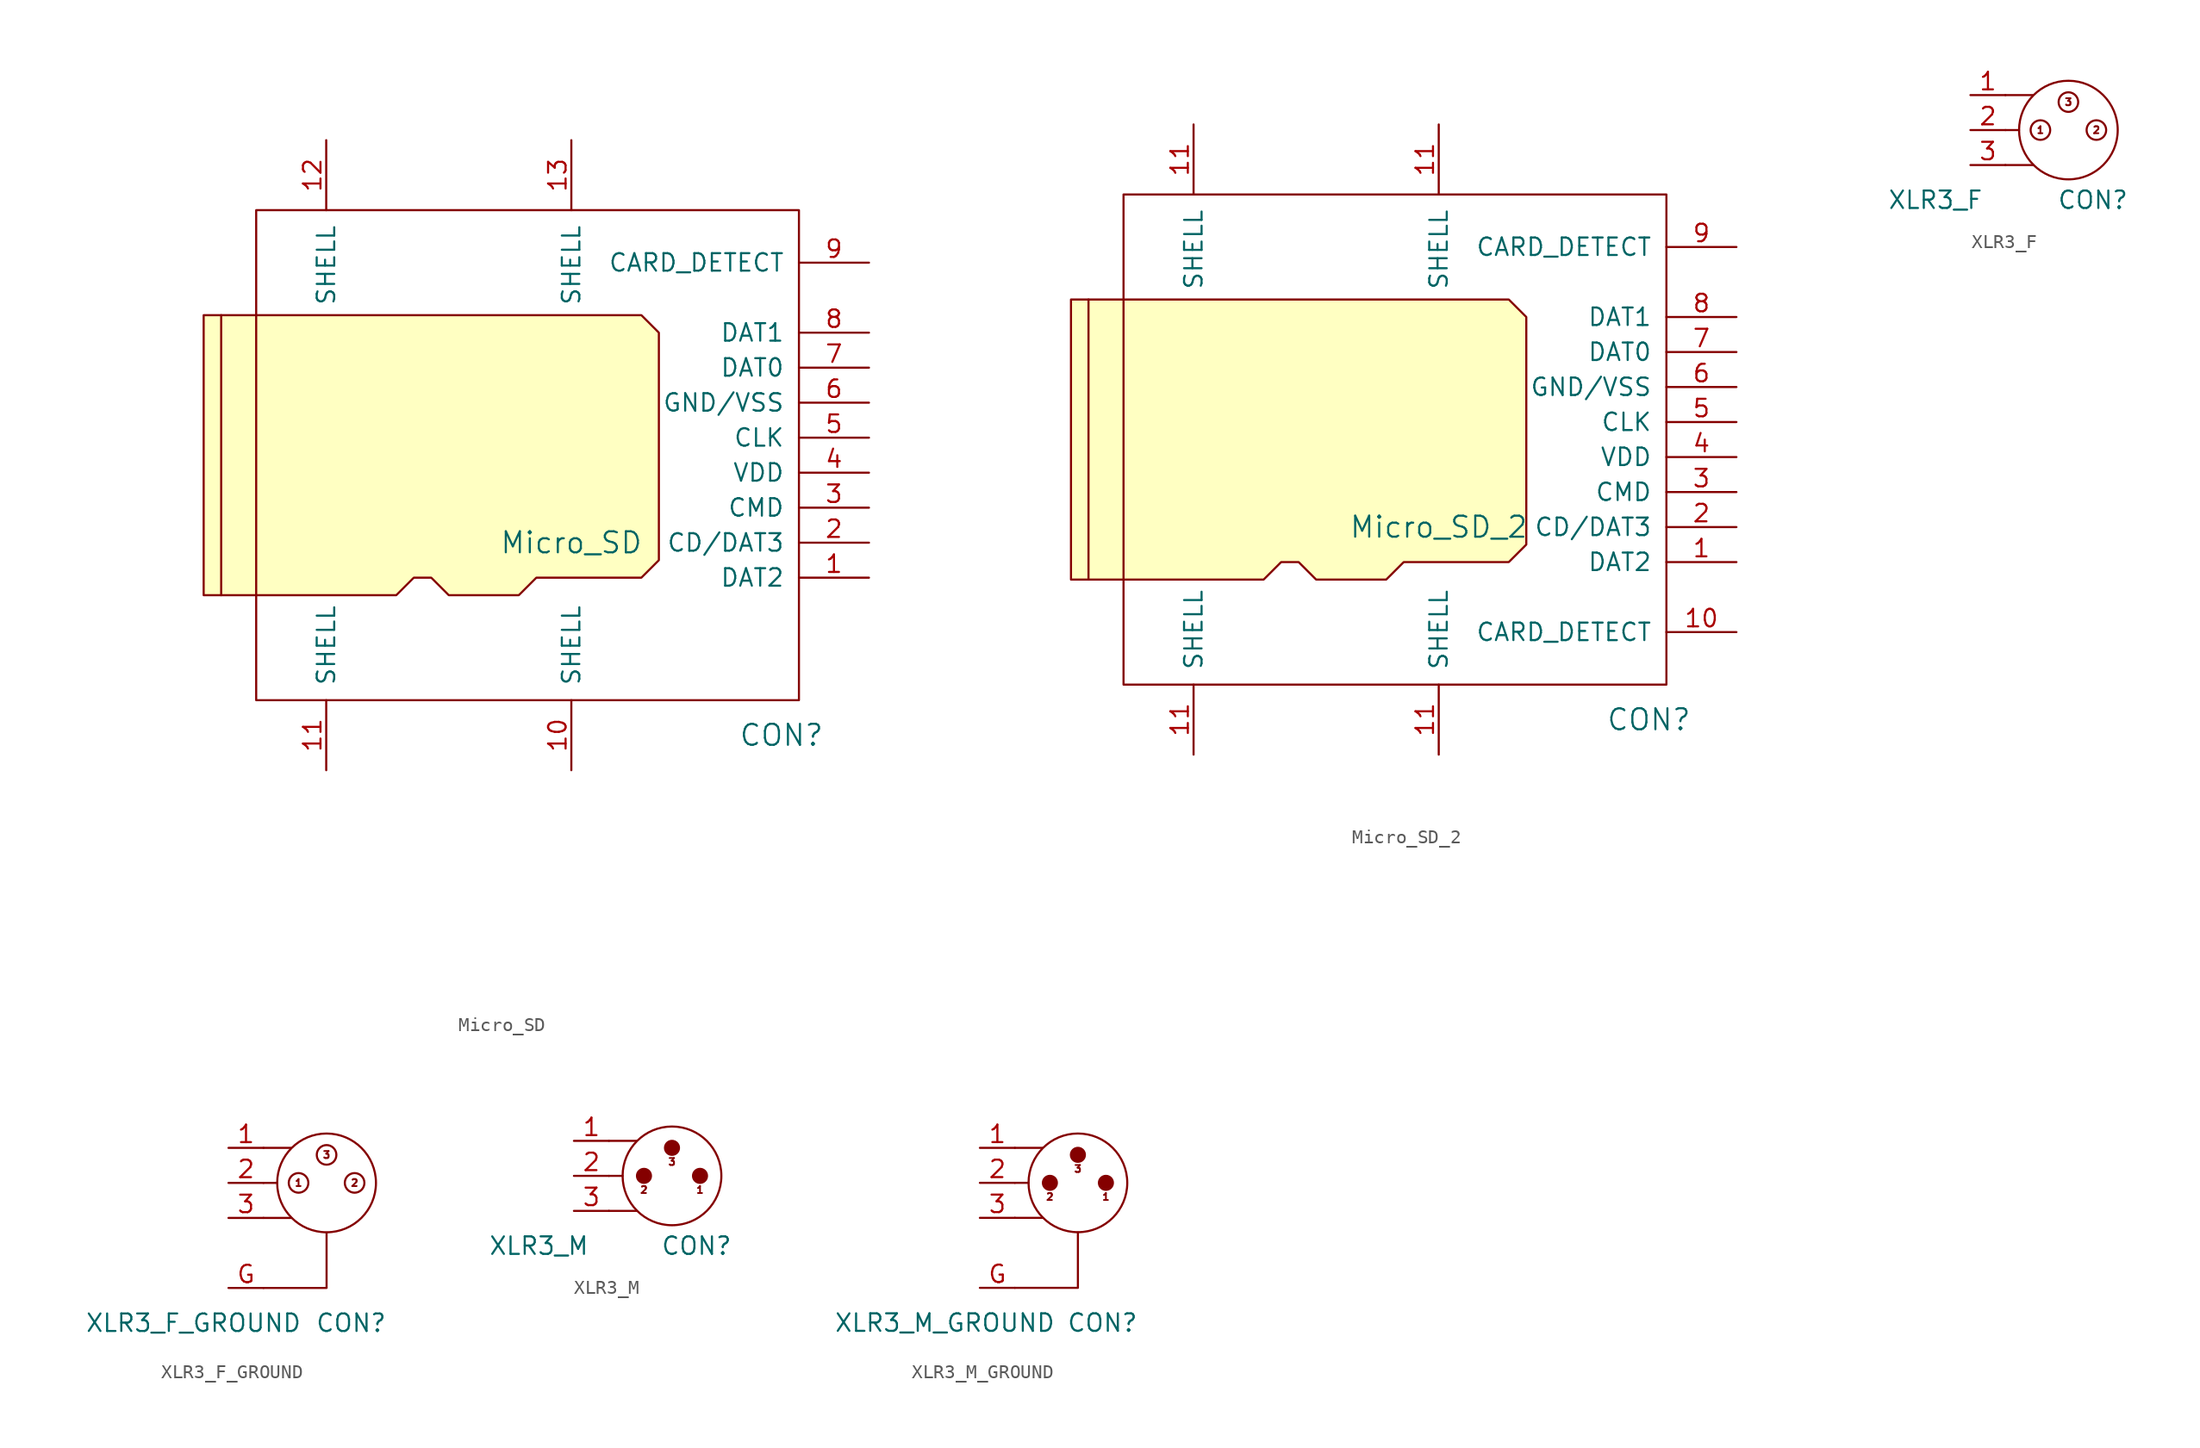
<source format=kicad_sym>
(kicad_symbol_lib
  (version 20211014)
  (generator kicad_symbol_editor)
  (symbol "Micro_SD"
    (pin_names
      (offset 1.016))
    (property "Reference" "CON"
      (at 46.99 13.97 0)
      (effects (font (size 1.524 1.524))))
    (property "Value" "Micro_SD"
      (at 31.75 27.94 0)
      (effects (font (size 1.524 1.524))))
    (property "Footprint" ""
      (at 0 0 0)
      (effects (font (size 1.524 1.524))))
    (property "Datasheet" ""
      (at 0 0 0)
      (effects (font (size 1.524 1.524))))
    (symbol "Micro_SD_0_1"
      (polyline (pts (xy 6.35 44.45) (xy 6.35 24.13)) (stroke (width 0) (type default) (color 0 0 0 0)) (fill (type none)))
      (polyline (pts (xy 5.08 44.45) (xy 36.83 44.45) (xy 38.1 43.18) (xy 38.1 26.67) (xy 36.83 25.4) (xy 29.21 25.4) (xy 27.94 24.13) (xy 22.86 24.13) (xy 21.59 25.4) (xy 20.32 25.4) (xy 19.05 24.13) (xy 5.08 24.13) (xy 5.08 44.45)) (stroke (width 0) (type default) (color 0 0 0 0)) (fill (type background)))
      (rectangle (start 48.26 52.07) (end 8.89 16.51) (stroke (width 0) (type default) (color 0 0 0 0)) (fill (type none))))
    (symbol "Micro_SD_1_1"
      (pin input line (at 53.34 25.4 180) (length 5.08) (name "DAT2" (effects (font (size 1.27 1.27)))) (number "1" (effects (font (size 1.27 1.27)))))
      (pin input line (at 31.75 11.43 90) (length 5.08) (name "SHELL" (effects (font (size 1.27 1.27)))) (number "10" (effects (font (size 1.27 1.27)))))
      (pin input line (at 13.97 11.43 90) (length 5.08) (name "SHELL" (effects (font (size 1.27 1.27)))) (number "11" (effects (font (size 1.27 1.27)))))
      (pin input line (at 13.97 57.15 270) (length 5.08) (name "SHELL" (effects (font (size 1.27 1.27)))) (number "12" (effects (font (size 1.27 1.27)))))
      (pin input line (at 31.75 57.15 270) (length 5.08) (name "SHELL" (effects (font (size 1.27 1.27)))) (number "13" (effects (font (size 1.27 1.27)))))
      (pin input line (at 53.34 27.94 180) (length 5.08) (name "CD/DAT3" (effects (font (size 1.27 1.27)))) (number "2" (effects (font (size 1.27 1.27)))))
      (pin input line (at 53.34 30.48 180) (length 5.08) (name "CMD" (effects (font (size 1.27 1.27)))) (number "3" (effects (font (size 1.27 1.27)))))
      (pin input line (at 53.34 33.02 180) (length 5.08) (name "VDD" (effects (font (size 1.27 1.27)))) (number "4" (effects (font (size 1.27 1.27)))))
      (pin input line (at 53.34 35.56 180) (length 5.08) (name "CLK" (effects (font (size 1.27 1.27)))) (number "5" (effects (font (size 1.27 1.27)))))
      (pin input line (at 53.34 38.1 180) (length 5.08) (name "GND/VSS" (effects (font (size 1.27 1.27)))) (number "6" (effects (font (size 1.27 1.27)))))
      (pin input line (at 53.34 40.64 180) (length 5.08) (name "DAT0" (effects (font (size 1.27 1.27)))) (number "7" (effects (font (size 1.27 1.27)))))
      (pin input line (at 53.34 43.18 180) (length 5.08) (name "DAT1" (effects (font (size 1.27 1.27)))) (number "8" (effects (font (size 1.27 1.27)))))
      (pin input line (at 53.34 48.26 180) (length 5.08) (name "CARD_DETECT" (effects (font (size 1.27 1.27)))) (number "9" (effects (font (size 1.27 1.27)))))))
  (symbol "Micro_SD_2"
    (pin_names
      (offset 1.016))
    (property "Reference" "CON"
      (at 38.1 -2.54 0)
      (effects (font (size 1.524 1.524))))
    (property "Value" "Micro_SD_2"
      (at 22.86 11.43 0)
      (effects (font (size 1.524 1.524))))
    (property "Footprint" ""
      (at 0 0 0)
      (effects (font (size 1.524 1.524))))
    (property "Datasheet" ""
      (at 0 0 0)
      (effects (font (size 1.524 1.524))))
    (symbol "Micro_SD_2_0_1"
      (polyline (pts (xy -2.54 27.94) (xy -2.54 7.62)) (stroke (width 0) (type default) (color 0 0 0 0)) (fill (type none)))
      (polyline (pts (xy -3.81 27.94) (xy 27.94 27.94) (xy 29.21 26.67) (xy 29.21 10.16) (xy 27.94 8.89) (xy 20.32 8.89) (xy 19.05 7.62) (xy 13.97 7.62) (xy 12.7 8.89) (xy 11.43 8.89) (xy 10.16 7.62) (xy -3.81 7.62) (xy -3.81 27.94)) (stroke (width 0) (type default) (color 0 0 0 0)) (fill (type background)))
      (rectangle (start 39.37 35.56) (end 0 0) (stroke (width 0) (type default) (color 0 0 0 0)) (fill (type none))))
    (symbol "Micro_SD_2_1_1"
      (pin input line (at 44.45 8.89 180) (length 5.08) (name "DAT2" (effects (font (size 1.27 1.27)))) (number "1" (effects (font (size 1.27 1.27)))))
      (pin input line (at 44.45 3.81 180) (length 5.08) (name "CARD_DETECT" (effects (font (size 1.27 1.27)))) (number "10" (effects (font (size 1.27 1.27)))))
      (pin input line (at 5.08 -5.08 90) (length 5.08) (name "SHELL" (effects (font (size 1.27 1.27)))) (number "11" (effects (font (size 1.27 1.27)))))
      (pin input line (at 5.08 40.64 270) (length 5.08) (name "SHELL" (effects (font (size 1.27 1.27)))) (number "11" (effects (font (size 1.27 1.27)))))
      (pin input line (at 22.86 -5.08 90) (length 5.08) (name "SHELL" (effects (font (size 1.27 1.27)))) (number "11" (effects (font (size 1.27 1.27)))))
      (pin input line (at 22.86 40.64 270) (length 5.08) (name "SHELL" (effects (font (size 1.27 1.27)))) (number "11" (effects (font (size 1.27 1.27)))))
      (pin input line (at 44.45 11.43 180) (length 5.08) (name "CD/DAT3" (effects (font (size 1.27 1.27)))) (number "2" (effects (font (size 1.27 1.27)))))
      (pin input line (at 44.45 13.97 180) (length 5.08) (name "CMD" (effects (font (size 1.27 1.27)))) (number "3" (effects (font (size 1.27 1.27)))))
      (pin input line (at 44.45 16.51 180) (length 5.08) (name "VDD" (effects (font (size 1.27 1.27)))) (number "4" (effects (font (size 1.27 1.27)))))
      (pin input line (at 44.45 19.05 180) (length 5.08) (name "CLK" (effects (font (size 1.27 1.27)))) (number "5" (effects (font (size 1.27 1.27)))))
      (pin input line (at 44.45 21.59 180) (length 5.08) (name "GND/VSS" (effects (font (size 1.27 1.27)))) (number "6" (effects (font (size 1.27 1.27)))))
      (pin input line (at 44.45 24.13 180) (length 5.08) (name "DAT0" (effects (font (size 1.27 1.27)))) (number "7" (effects (font (size 1.27 1.27)))))
      (pin input line (at 44.45 26.67 180) (length 5.08) (name "DAT1" (effects (font (size 1.27 1.27)))) (number "8" (effects (font (size 1.27 1.27)))))
      (pin input line (at 44.45 31.75 180) (length 5.08) (name "CARD_DETECT" (effects (font (size 1.27 1.27)))) (number "9" (effects (font (size 1.27 1.27)))))))
  (symbol "XLR3_F"
    (pin_names
      (offset 1.016))
    (property "Reference" "CON"
      (at 6.35 -1.27 0)
      (effects (font (size 1.27 1.27))))
    (property "Value" "XLR3_F"
      (at -5.08 -1.27 0)
      (effects (font (size 1.27 1.27))))
    (symbol "XLR3_F_0_0"
      (text "1" (at 2.54 3.81 0) (effects (font (size 0.508 0.508))))
      (text "2" (at 6.604 3.81 0) (effects (font (size 0.508 0.508))))
      (text "3" (at 4.572 5.842 0) (effects (font (size 0.508 0.508)))))
    (symbol "XLR3_F_0_1"
      (polyline (pts (xy 0 1.27) (xy 2.032 1.27)) (stroke (width 0) (type default) (color 0 0 0 0)) (fill (type none)))
      (polyline (pts (xy 0 3.81) (xy 0.991 3.81)) (stroke (width 0) (type default) (color 0 0 0 0)) (fill (type none)))
      (polyline (pts (xy 0 6.35) (xy 1.981 6.35)) (stroke (width 0) (type default) (color 0 0 0 0)) (fill (type none)))
      (circle (center 2.54 3.81) (radius 0.711) (stroke (width 0) (type default) (color 0 0 0 0)) (fill (type none)))
      (circle (center 4.572 3.81) (radius 3.581) (stroke (width 0) (type default) (color 0 0 0 0)) (fill (type none)))
      (circle (center 4.572 5.842) (radius 0.711) (stroke (width 0) (type default) (color 0 0 0 0)) (fill (type none)))
      (circle (center 6.604 3.81) (radius 0.711) (stroke (width 0) (type default) (color 0 0 0 0)) (fill (type none))))
    (symbol "XLR3_F_1_1"
      (pin passive line (at -2.54 6.35 0) (length 2.54) (name "~" (effects (font (size 1.27 1.27)))) (number "1" (effects (font (size 1.27 1.27)))))
      (pin passive line (at -2.54 3.81 0) (length 2.54) (name "~" (effects (font (size 1.27 1.27)))) (number "2" (effects (font (size 1.27 1.27)))))
      (pin passive line (at -2.54 1.27 0) (length 2.54) (name "~" (effects (font (size 1.27 1.27)))) (number "3" (effects (font (size 1.27 1.27)))))))
  (symbol "XLR3_F_GROUND"
    (pin_names
      (offset 1.016))
    (property "Reference" "CON"
      (at 6.35 -1.27 0)
      (effects (font (size 1.27 1.27))))
    (property "Value" "XLR3_F_GROUND"
      (at -5.08 -1.27 0)
      (effects (font (size 1.27 1.27))))
    (symbol "XLR3_F_GROUND_0_0"
      (text "1" (at 2.54 8.89 0) (effects (font (size 0.508 0.508))))
      (text "2" (at 6.604 8.89 0) (effects (font (size 0.508 0.508))))
      (text "3" (at 4.572 10.922 0) (effects (font (size 0.508 0.508)))))
    (symbol "XLR3_F_GROUND_0_1"
      (polyline (pts (xy 0 6.35) (xy 2.032 6.35)) (stroke (width 0) (type default) (color 0 0 0 0)) (fill (type none)))
      (polyline (pts (xy 0 8.89) (xy 0.991 8.89)) (stroke (width 0) (type default) (color 0 0 0 0)) (fill (type none)))
      (polyline (pts (xy 0 11.43) (xy 2.007 11.43)) (stroke (width 0) (type default) (color 0 0 0 0)) (fill (type none)))
      (polyline (pts (xy 0 1.27) (xy 4.572 1.27) (xy 4.572 5.283)) (stroke (width 0) (type default) (color 0 0 0 0)) (fill (type none)))
      (circle (center 2.54 8.89) (radius 0.711) (stroke (width 0) (type default) (color 0 0 0 0)) (fill (type none)))
      (circle (center 4.572 8.89) (radius 3.581) (stroke (width 0) (type default) (color 0 0 0 0)) (fill (type none)))
      (circle (center 4.572 10.922) (radius 0.711) (stroke (width 0) (type default) (color 0 0 0 0)) (fill (type none)))
      (circle (center 6.604 8.89) (radius 0.711) (stroke (width 0) (type default) (color 0 0 0 0)) (fill (type none))))
    (symbol "XLR3_F_GROUND_1_1"
      (pin passive line (at -2.54 11.43 0) (length 2.54) (name "~" (effects (font (size 1.27 1.27)))) (number "1" (effects (font (size 1.27 1.27)))))
      (pin passive line (at -2.54 8.89 0) (length 2.54) (name "~" (effects (font (size 1.27 1.27)))) (number "2" (effects (font (size 1.27 1.27)))))
      (pin passive line (at -2.54 6.35 0) (length 2.54) (name "~" (effects (font (size 1.27 1.27)))) (number "3" (effects (font (size 1.27 1.27)))))
      (pin passive line (at -2.54 1.27 0) (length 2.54) (name "~" (effects (font (size 1.27 1.27)))) (number "G" (effects (font (size 1.27 1.27)))))))
  (symbol "XLR3_M"
    (pin_names
      (offset 1.016))
    (property "Reference" "CON"
      (at 6.35 -1.27 0)
      (effects (font (size 1.27 1.27))))
    (property "Value" "XLR3_M"
      (at -5.08 -1.27 0)
      (effects (font (size 1.27 1.27))))
    (symbol "XLR3_M_0_0"
      (text "1" (at 6.604 2.794 0) (effects (font (size 0.508 0.508))))
      (text "2" (at 2.54 2.794 0) (effects (font (size 0.508 0.508))))
      (text "3" (at 4.572 4.826 0) (effects (font (size 0.508 0.508)))))
    (symbol "XLR3_M_0_1"
      (polyline (pts (xy 0 1.27) (xy 2.032 1.27)) (stroke (width 0) (type default) (color 0 0 0 0)) (fill (type none)))
      (polyline (pts (xy 0 3.81) (xy 0.991 3.81)) (stroke (width 0) (type default) (color 0 0 0 0)) (fill (type none)))
      (polyline (pts (xy 0 6.35) (xy 1.981 6.35)) (stroke (width 0) (type default) (color 0 0 0 0)) (fill (type none)))
      (circle (center 2.54 3.81) (radius 0.508) (stroke (width 0) (type default) (color 0 0 0 0)) (fill (type outline)))
      (circle (center 4.572 3.81) (radius 3.581) (stroke (width 0) (type default) (color 0 0 0 0)) (fill (type none)))
      (circle (center 4.572 5.842) (radius 0.508) (stroke (width 0) (type default) (color 0 0 0 0)) (fill (type outline)))
      (circle (center 6.604 3.81) (radius 0.508) (stroke (width 0) (type default) (color 0 0 0 0)) (fill (type outline))))
    (symbol "XLR3_M_1_1"
      (pin passive line (at -2.54 6.35 0) (length 2.54) (name "~" (effects (font (size 1.27 1.27)))) (number "1" (effects (font (size 1.27 1.27)))))
      (pin passive line (at -2.54 3.81 0) (length 2.54) (name "~" (effects (font (size 1.27 1.27)))) (number "2" (effects (font (size 1.27 1.27)))))
      (pin passive line (at -2.54 1.27 0) (length 2.54) (name "~" (effects (font (size 1.27 1.27)))) (number "3" (effects (font (size 1.27 1.27)))))))
  (symbol "XLR3_M_GROUND"
    (pin_names
      (offset 1.016))
    (property "Reference" "CON"
      (at 6.35 -1.27 0)
      (effects (font (size 1.27 1.27))))
    (property "Value" "XLR3_M_GROUND"
      (at -5.08 -1.27 0)
      (effects (font (size 1.27 1.27))))
    (symbol "XLR3_M_GROUND_0_0"
      (text "1" (at 6.604 7.874 0) (effects (font (size 0.508 0.508))))
      (text "2" (at 2.54 7.874 0) (effects (font (size 0.508 0.508))))
      (text "3" (at 4.572 9.906 0) (effects (font (size 0.508 0.508)))))
    (symbol "XLR3_M_GROUND_0_1"
      (polyline (pts (xy 0 6.35) (xy 2.032 6.35)) (stroke (width 0) (type default) (color 0 0 0 0)) (fill (type none)))
      (polyline (pts (xy 0 8.89) (xy 0.991 8.89)) (stroke (width 0) (type default) (color 0 0 0 0)) (fill (type none)))
      (polyline (pts (xy 0 11.43) (xy 2.007 11.43)) (stroke (width 0) (type default) (color 0 0 0 0)) (fill (type none)))
      (polyline (pts (xy 0 1.27) (xy 4.572 1.27) (xy 4.572 5.283)) (stroke (width 0) (type default) (color 0 0 0 0)) (fill (type none)))
      (circle (center 2.54 8.89) (radius 0.508) (stroke (width 0) (type default) (color 0 0 0 0)) (fill (type outline)))
      (circle (center 4.572 8.89) (radius 3.581) (stroke (width 0) (type default) (color 0 0 0 0)) (fill (type none)))
      (circle (center 4.572 10.922) (radius 0.508) (stroke (width 0) (type default) (color 0 0 0 0)) (fill (type outline)))
      (circle (center 6.604 8.89) (radius 0.508) (stroke (width 0) (type default) (color 0 0 0 0)) (fill (type outline))))
    (symbol "XLR3_M_GROUND_1_1"
      (pin passive line (at -2.54 11.43 0) (length 2.54) (name "~" (effects (font (size 1.27 1.27)))) (number "1" (effects (font (size 1.27 1.27)))))
      (pin passive line (at -2.54 8.89 0) (length 2.54) (name "~" (effects (font (size 1.27 1.27)))) (number "2" (effects (font (size 1.27 1.27)))))
      (pin passive line (at -2.54 6.35 0) (length 2.54) (name "~" (effects (font (size 1.27 1.27)))) (number "3" (effects (font (size 1.27 1.27)))))
      (pin passive line (at -2.54 1.27 0) (length 2.54) (name "~" (effects (font (size 1.27 1.27)))) (number "G" (effects (font (size 1.27 1.27))))))))
</source>
